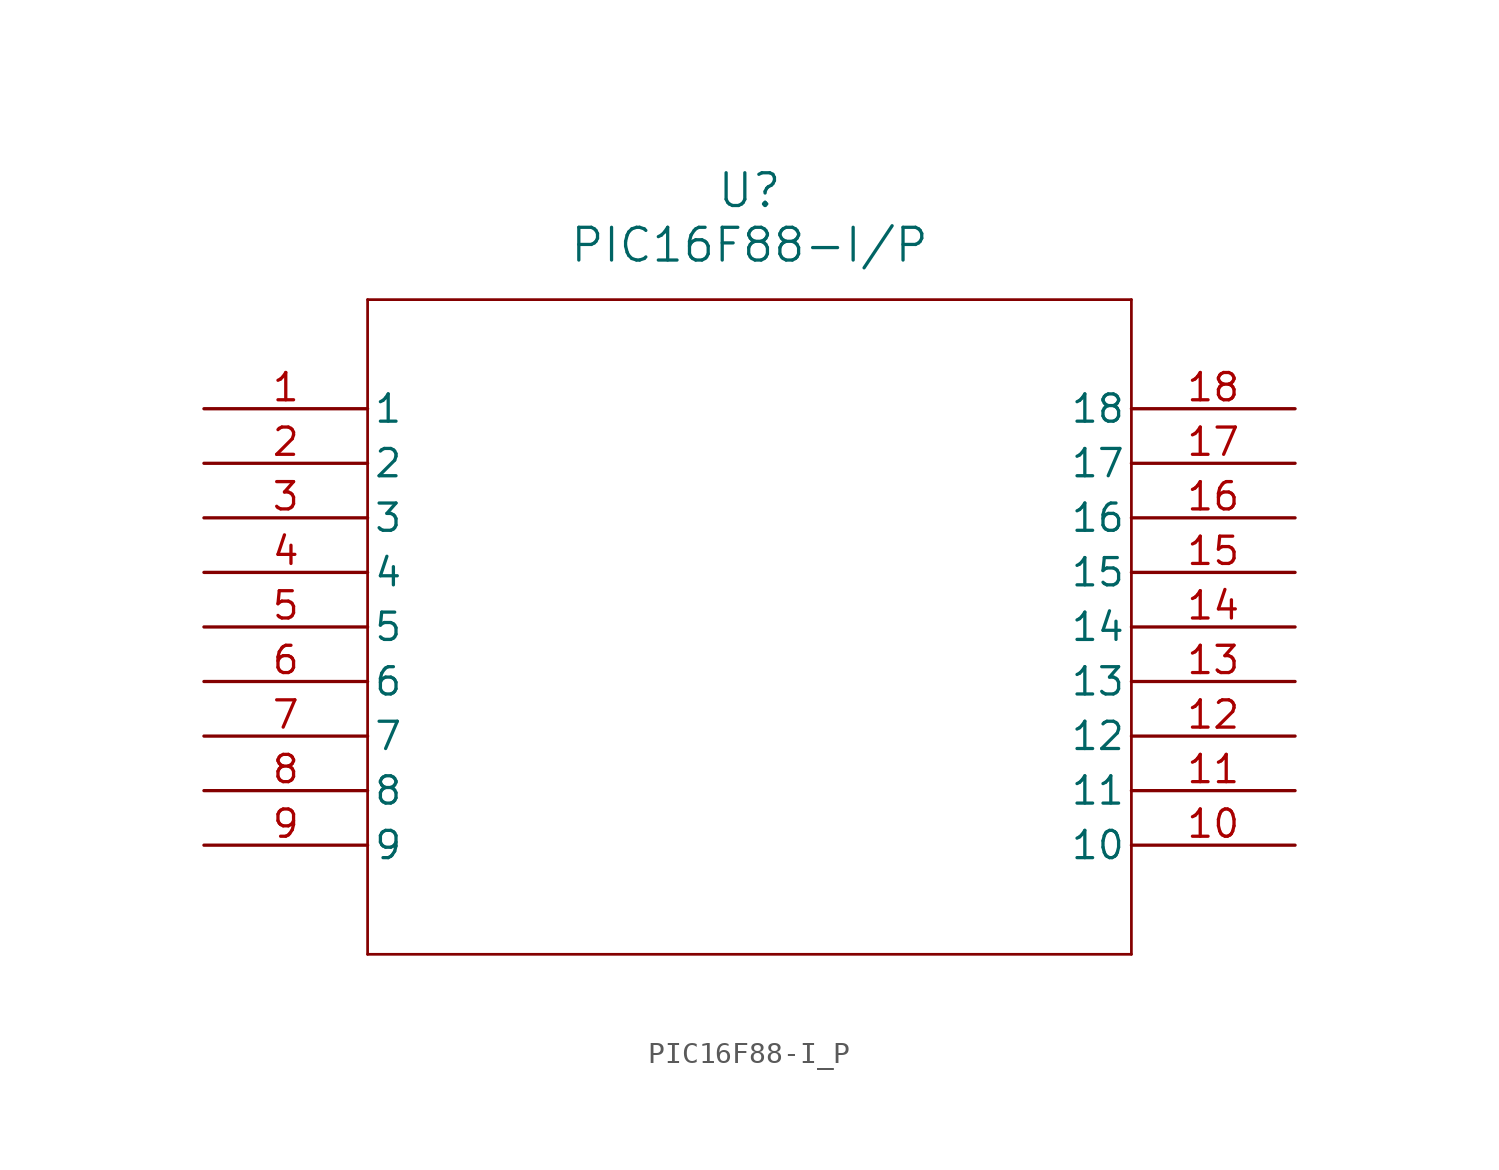
<source format=kicad_sym>
(kicad_symbol_lib
  (version 20211014)
  (generator kicad_symbol_editor)
  (symbol "PIC16F88-I_P"
    (pin_names
      (offset 0.254))
    (property "Reference" "U"
      (at 25.4 10.16 0)
      (effects (font (size 1.524 1.524))))
    (property "Value" "PIC16F88-I/P"
      (at 25.4 7.62 0)
      (effects (font (size 1.524 1.524))))
    (symbol "PIC16F88-I_P_0_1"
      (polyline (pts (xy 7.62 5.08) (xy 7.62 -25.4)) (stroke (width 0.127) (type default) (color 0 0 0 0)) (fill (type none)))
      (polyline (pts (xy 7.62 -25.4) (xy 43.18 -25.4)) (stroke (width 0.127) (type default) (color 0 0 0 0)) (fill (type none)))
      (polyline (pts (xy 43.18 -25.4) (xy 43.18 5.08)) (stroke (width 0.127) (type default) (color 0 0 0 0)) (fill (type none)))
      (polyline (pts (xy 43.18 5.08) (xy 7.62 5.08)) (stroke (width 0.127) (type default) (color 0 0 0 0)) (fill (type none)))
      (pin unspecified line (at 0 0 0) (length 7.62) (name "1" (effects (font (size 1.27 1.27)))) (number "1" (effects (font (size 1.27 1.27)))))
      (pin unspecified line (at 0 -2.54 0) (length 7.62) (name "2" (effects (font (size 1.27 1.27)))) (number "2" (effects (font (size 1.27 1.27)))))
      (pin unspecified line (at 0 -5.08 0) (length 7.62) (name "3" (effects (font (size 1.27 1.27)))) (number "3" (effects (font (size 1.27 1.27)))))
      (pin unspecified line (at 0 -7.62 0) (length 7.62) (name "4" (effects (font (size 1.27 1.27)))) (number "4" (effects (font (size 1.27 1.27)))))
      (pin unspecified line (at 0 -10.16 0) (length 7.62) (name "5" (effects (font (size 1.27 1.27)))) (number "5" (effects (font (size 1.27 1.27)))))
      (pin unspecified line (at 0 -12.7 0) (length 7.62) (name "6" (effects (font (size 1.27 1.27)))) (number "6" (effects (font (size 1.27 1.27)))))
      (pin unspecified line (at 0 -15.24 0) (length 7.62) (name "7" (effects (font (size 1.27 1.27)))) (number "7" (effects (font (size 1.27 1.27)))))
      (pin unspecified line (at 0 -17.78 0) (length 7.62) (name "8" (effects (font (size 1.27 1.27)))) (number "8" (effects (font (size 1.27 1.27)))))
      (pin unspecified line (at 0 -20.32 0) (length 7.62) (name "9" (effects (font (size 1.27 1.27)))) (number "9" (effects (font (size 1.27 1.27)))))
      (pin unspecified line (at 50.8 -20.32 180) (length 7.62) (name "10" (effects (font (size 1.27 1.27)))) (number "10" (effects (font (size 1.27 1.27)))))
      (pin unspecified line (at 50.8 -17.78 180) (length 7.62) (name "11" (effects (font (size 1.27 1.27)))) (number "11" (effects (font (size 1.27 1.27)))))
      (pin unspecified line (at 50.8 -15.24 180) (length 7.62) (name "12" (effects (font (size 1.27 1.27)))) (number "12" (effects (font (size 1.27 1.27)))))
      (pin unspecified line (at 50.8 -12.7 180) (length 7.62) (name "13" (effects (font (size 1.27 1.27)))) (number "13" (effects (font (size 1.27 1.27)))))
      (pin unspecified line (at 50.8 -10.16 180) (length 7.62) (name "14" (effects (font (size 1.27 1.27)))) (number "14" (effects (font (size 1.27 1.27)))))
      (pin unspecified line (at 50.8 -7.62 180) (length 7.62) (name "15" (effects (font (size 1.27 1.27)))) (number "15" (effects (font (size 1.27 1.27)))))
      (pin unspecified line (at 50.8 -5.08 180) (length 7.62) (name "16" (effects (font (size 1.27 1.27)))) (number "16" (effects (font (size 1.27 1.27)))))
      (pin unspecified line (at 50.8 -2.54 180) (length 7.62) (name "17" (effects (font (size 1.27 1.27)))) (number "17" (effects (font (size 1.27 1.27)))))
      (pin unspecified line (at 50.8 0 180) (length 7.62) (name "18" (effects (font (size 1.27 1.27)))) (number "18" (effects (font (size 1.27 1.27))))))))
</source>
